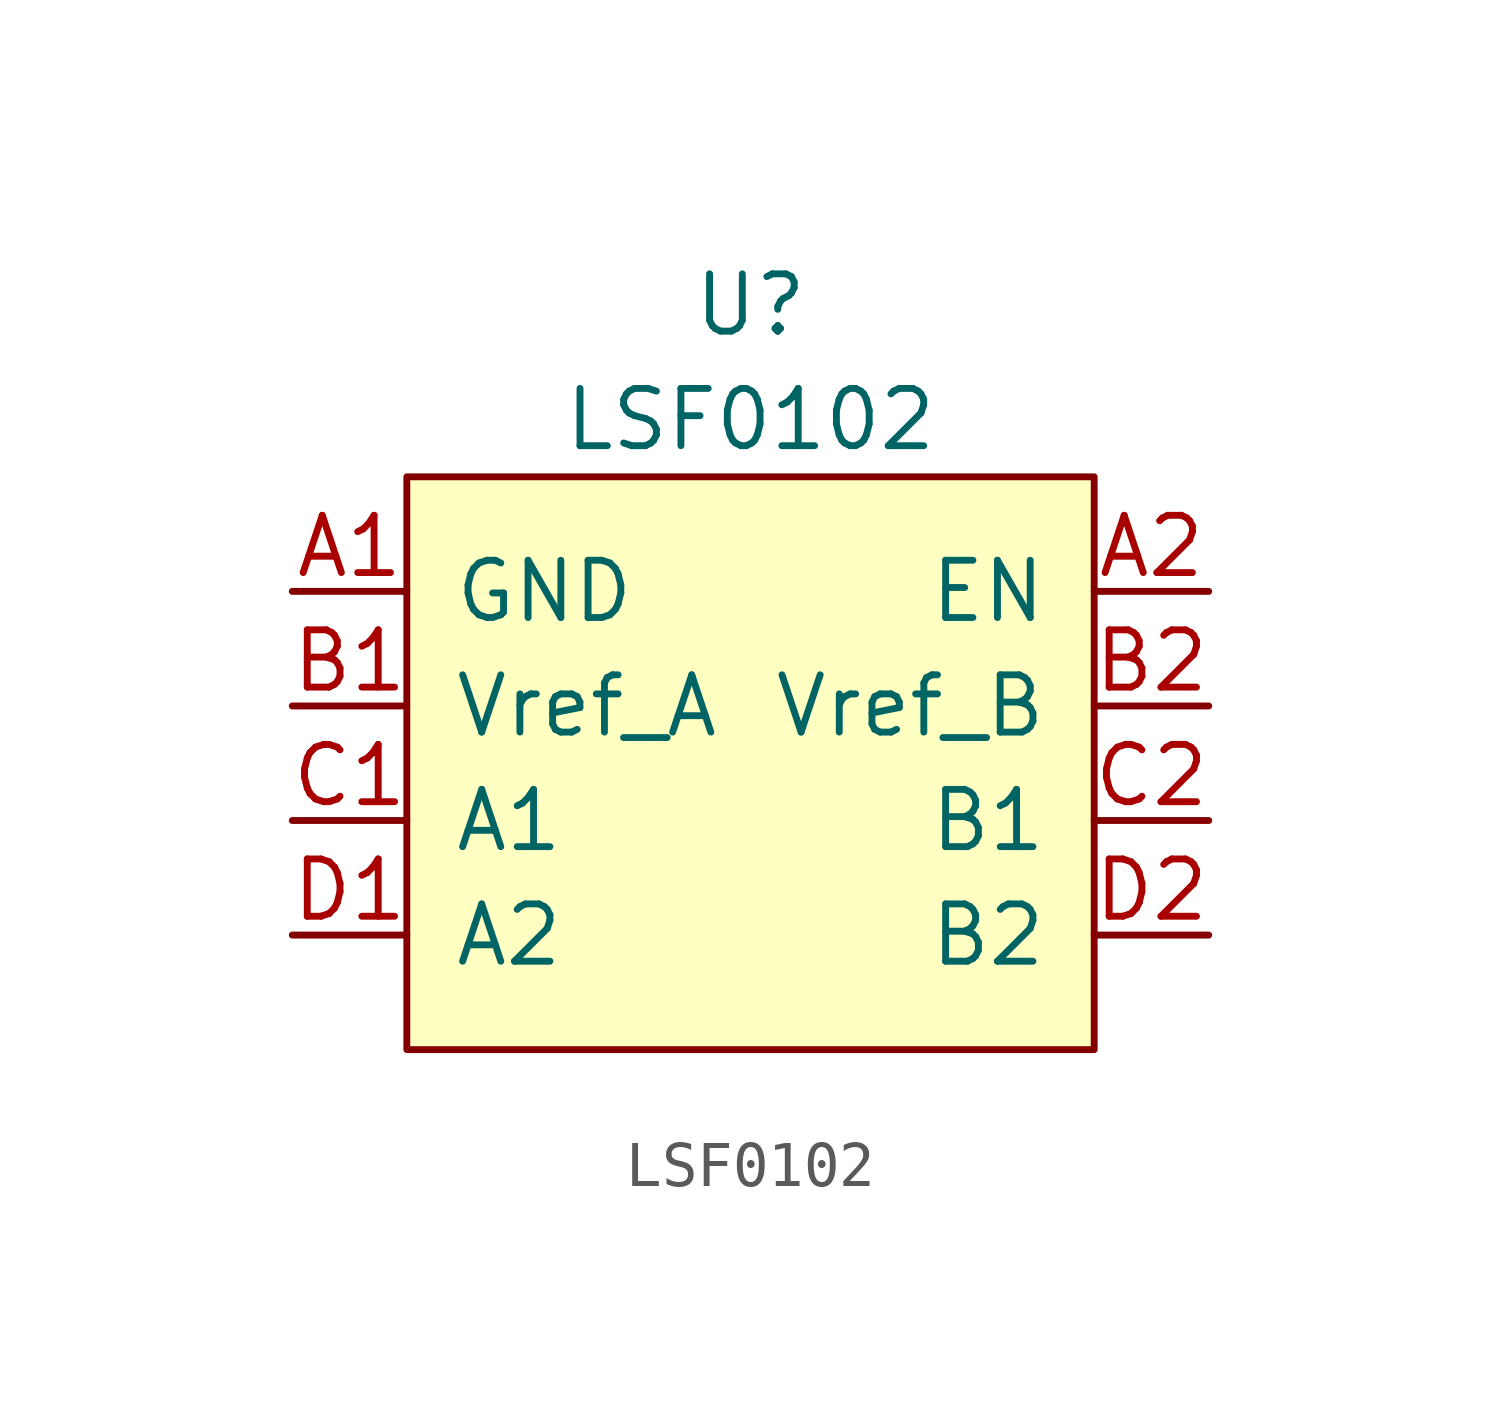
<source format=kicad_sym>
(kicad_symbol_lib
  (version 20201005)
  (generator kicad_symbol_editor)
  (symbol "LSF0102"
    (pin_names
      (offset 1.016))
    (property "Reference" "U"
      (at 0 11.43 0)
      (effects (font (size 1.27 1.27))))
    (property "Value" "LSF0102"
      (at 0 8.89 0)
      (effects (font (size 1.27 1.27))))
    (symbol "LSF0102_0_1"
      (rectangle (start -7.62 7.62) (end 7.62 -5.08) (stroke (width 0)) (fill (type background))))
    (symbol "LSF0102_1_1"
      (pin passive line (at -10.16 5.08 0) (length 2.54) (name "GND" (effects (font (size 1.27 1.27)))) (number "A1" (effects (font (size 1.27 1.27)))))
      (pin input line (at 10.16 5.08 180) (length 2.54) (name "EN" (effects (font (size 1.27 1.27)))) (number "A2" (effects (font (size 1.27 1.27)))))
      (pin power_in line (at -10.16 2.54 0) (length 2.54) (name "Vref_A" (effects (font (size 1.27 1.27)))) (number "B1" (effects (font (size 1.27 1.27)))))
      (pin power_in line (at 10.16 2.54 180) (length 2.54) (name "Vref_B" (effects (font (size 1.27 1.27)))) (number "B2" (effects (font (size 1.27 1.27)))))
      (pin tri_state line (at -10.16 0 0) (length 2.54) (name "A1" (effects (font (size 1.27 1.27)))) (number "C1" (effects (font (size 1.27 1.27)))))
      (pin tri_state line (at 10.16 0 180) (length 2.54) (name "B1" (effects (font (size 1.27 1.27)))) (number "C2" (effects (font (size 1.27 1.27)))))
      (pin tri_state line (at -10.16 -2.54 0) (length 2.54) (name "A2" (effects (font (size 1.27 1.27)))) (number "D1" (effects (font (size 1.27 1.27)))))
      (pin tri_state line (at 10.16 -2.54 180) (length 2.54) (name "B2" (effects (font (size 1.27 1.27)))) (number "D2" (effects (font (size 1.27 1.27))))))))
</source>
